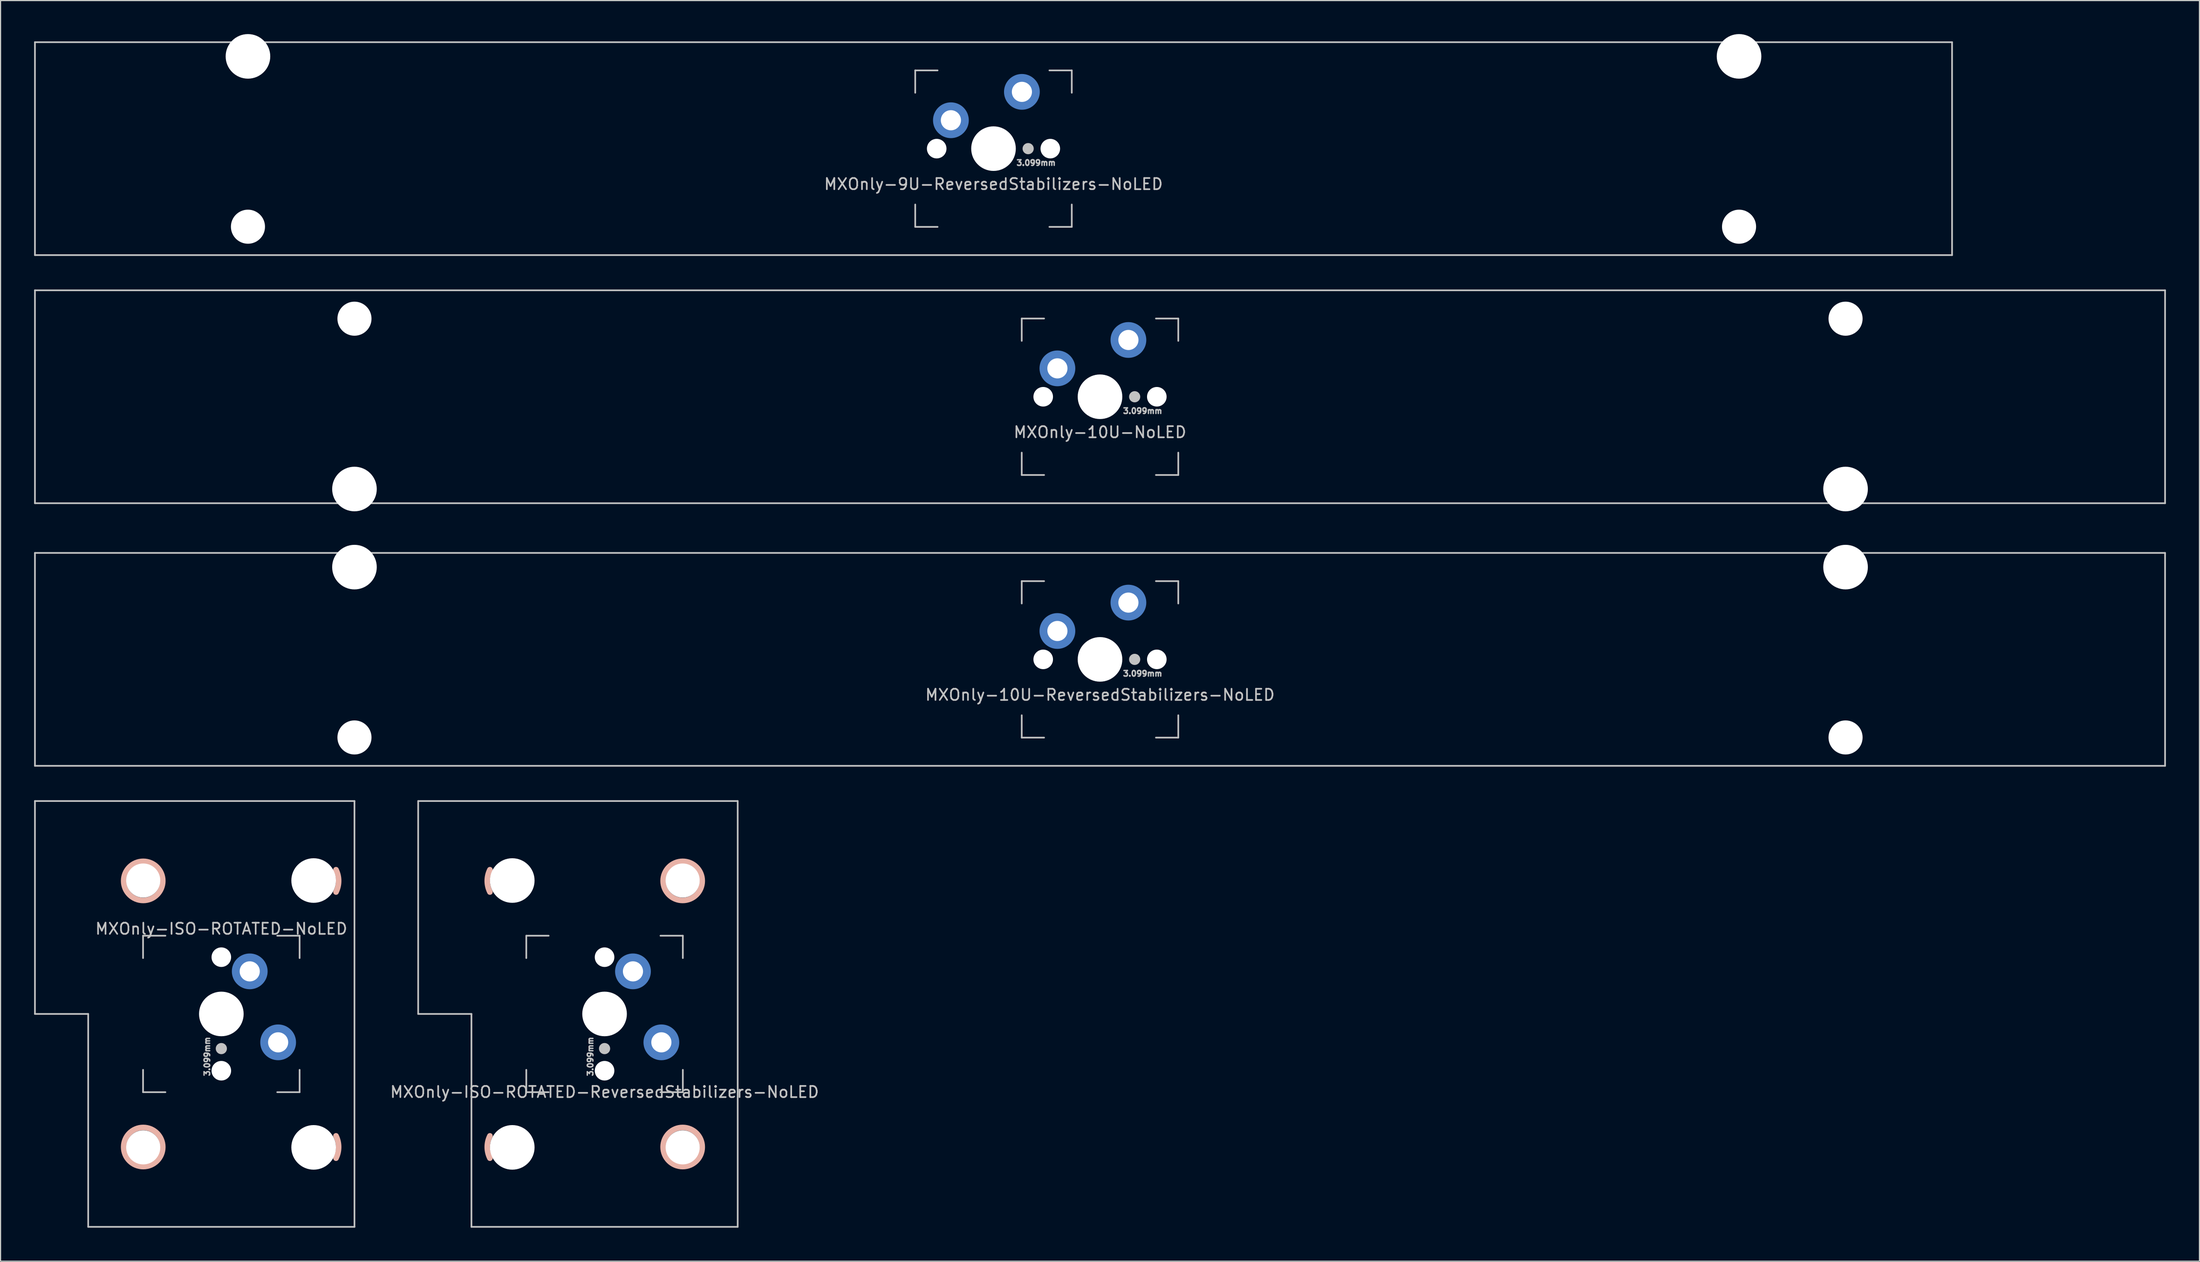
<source format=kicad_pcb>
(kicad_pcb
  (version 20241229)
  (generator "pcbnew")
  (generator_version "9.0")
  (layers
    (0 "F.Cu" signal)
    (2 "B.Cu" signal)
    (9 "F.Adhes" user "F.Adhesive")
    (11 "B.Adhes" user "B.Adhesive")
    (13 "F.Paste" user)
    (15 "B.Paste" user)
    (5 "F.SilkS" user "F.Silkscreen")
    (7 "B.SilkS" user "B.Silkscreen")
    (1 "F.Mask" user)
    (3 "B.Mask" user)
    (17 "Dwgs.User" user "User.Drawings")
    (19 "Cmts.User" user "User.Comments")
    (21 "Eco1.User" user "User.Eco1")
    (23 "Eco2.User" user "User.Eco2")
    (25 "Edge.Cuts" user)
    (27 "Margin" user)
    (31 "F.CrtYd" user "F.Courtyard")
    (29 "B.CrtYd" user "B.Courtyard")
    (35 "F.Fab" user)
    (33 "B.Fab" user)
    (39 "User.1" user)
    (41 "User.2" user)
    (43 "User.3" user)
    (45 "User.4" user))
  (footprint "MXOnly-10U-NoLED"
    (layer "F.Cu")
    (at 95.325 32.449)
    (property "Reference" "MXOnly-10U-NoLED" (at 0 3.175 0) (layer "Dwgs.User") (effects (font (size 1 1) (thickness 0.15))))
    (attr through_hole)
    (fp_line (start -95.25 -9.525) (end 95.25 -9.525) (stroke (width 0.15) (type solid)) (layer "Dwgs.User"))
    (fp_line (start -95.25 9.525) (end -95.25 -9.525) (stroke (width 0.15) (type solid)) (layer "Dwgs.User"))
    (fp_line (start -95.25 9.525) (end 95.25 9.525) (stroke (width 0.15) (type solid)) (layer "Dwgs.User"))
    (fp_line (start -7 -7) (end -7 -5) (stroke (width 0.15) (type solid)) (layer "Dwgs.User"))
    (fp_line (start -7 5) (end -7 7) (stroke (width 0.15) (type solid)) (layer "Dwgs.User"))
    (fp_line (start -7 7) (end -5 7) (stroke (width 0.15) (type solid)) (layer "Dwgs.User"))
    (fp_line (start -5 -7) (end -7 -7) (stroke (width 0.15) (type solid)) (layer "Dwgs.User"))
    (fp_line (start 5 -7) (end 7 -7) (stroke (width 0.15) (type solid)) (layer "Dwgs.User"))
    (fp_line (start 5 7) (end 7 7) (stroke (width 0.15) (type solid)) (layer "Dwgs.User"))
    (fp_line (start 7 -7) (end 7 -5) (stroke (width 0.15) (type solid)) (layer "Dwgs.User"))
    (fp_line (start 7 7) (end 7 5) (stroke (width 0.15) (type solid)) (layer "Dwgs.User"))
    (fp_line (start 95.25 -9.525) (end 95.25 9.525) (stroke (width 0.15) (type solid)) (layer "Dwgs.User"))
    (fp_text user "3.099mm" (at 3.81 1.27 0) (layer "Dwgs.User") (effects (font (size 0.5 0.5) (thickness 0.125))))
    (pad "" np_thru_hole circle (at -66.675 -6.985) (size 3.048 3.048) (drill 3.048) (layers "*.Cu" "*.Mask"))
    (pad "" np_thru_hole circle (at -66.675 8.255) (size 3.988 3.988) (drill 3.988) (layers "*.Cu" "*.Mask"))
    (pad "" np_thru_hole circle (at -5.08 0 48.1) (size 1.75 1.75) (drill 1.75) (layers "*.Cu" "*.Mask"))
    (pad "" smd circle (at -3.81 -2.54) (size 2.8 2.8) (layers "B.Mask"))
    (pad "" np_thru_hole circle (at 0 0) (size 3.988 3.988) (drill 3.988) (layers "*.Cu" "*.Mask"))
    (pad "" smd circle (at 2.54 -5.08) (size 2.8 2.8) (layers "B.Mask"))
    (pad "" smd circle (at 3.099 0) (size 1 1) (layers "Dwgs.User"))
    (pad "" np_thru_hole circle (at 5.08 0 48.1) (size 1.75 1.75) (drill 1.75) (layers "*.Cu" "*.Mask"))
    (pad "" np_thru_hole circle (at 66.675 -6.985) (size 3.048 3.048) (drill 3.048) (layers "*.Cu" "*.Mask"))
    (pad "" np_thru_hole circle (at 66.675 8.255) (size 3.988 3.988) (drill 3.988) (layers "*.Cu" "*.Mask"))
    (pad "1" thru_hole circle (at -3.81 -2.54) (size 2.4 2.4) (drill 1.8) (layers "*.Cu"))
    (pad "1" connect circle (at -3.81 -2.54) (size 3.2 3.2) (layers "B.Cu"))
    (pad "2" thru_hole circle (at 2.54 -5.08) (size 2.4 2.4) (drill 1.8) (layers "*.Cu"))
    (pad "2" connect circle (at 2.54 -5.08) (size 3.2 3.2) (layers "B.Cu")))
  (footprint "MXOnly-ISO-ROTATED-ReversedStabilizers-NoLED"
    (layer "F.Cu")
    (at 51.017 87.672)
    (property "Reference" "MXOnly-ISO-ROTATED-ReversedStabilizers-NoLED" (at 0 6.985 0) (layer "Dwgs.User") (effects (font (size 1 1) (thickness 0.15))))
    (attr through_hole)
    (fp_arc (start -10.255 -10.90625) (mid -10.491068 -11.905663) (end -10.255525 -12.905199) (stroke (width 0.5) (type solid)) (layer "B.SilkS"))
    (fp_arc (start -10.255 12.90625) (mid -10.491068 11.906837) (end -10.255525 10.907301) (stroke (width 0.5) (type solid)) (layer "B.SilkS"))
    (fp_circle (center 6.985 -11.906) (end 6.985 -10.156) (stroke (width 0.5) (type solid)) (fill no) (layer "B.SilkS"))
    (fp_circle (center 6.985 11.906) (end 6.985 13.656) (stroke (width 0.5) (type solid)) (fill no) (layer "B.SilkS"))
    (fp_line (start -16.669 -19.05) (end -16.669 0) (stroke (width 0.15) (type solid)) (layer "Dwgs.User"))
    (fp_line (start -16.669 -19.05) (end 11.906 -19.05) (stroke (width 0.15) (type solid)) (layer "Dwgs.User"))
    (fp_line (start -11.906 0) (end -16.669 0) (stroke (width 0.15) (type solid)) (layer "Dwgs.User"))
    (fp_line (start -11.906 19.05) (end -11.906 0) (stroke (width 0.15) (type solid)) (layer "Dwgs.User"))
    (fp_line (start -11.906 19.05) (end 11.906 19.05) (stroke (width 0.15) (type solid)) (layer "Dwgs.User"))
    (fp_line (start -7 -7) (end -7 -5) (stroke (width 0.15) (type solid)) (layer "Dwgs.User"))
    (fp_line (start -7 5) (end -7 7) (stroke (width 0.15) (type solid)) (layer "Dwgs.User"))
    (fp_line (start -7 7) (end -5 7) (stroke (width 0.15) (type solid)) (layer "Dwgs.User"))
    (fp_line (start -5 -7) (end -7 -7) (stroke (width 0.15) (type solid)) (layer "Dwgs.User"))
    (fp_line (start 7 -7) (end 5 -7) (stroke (width 0.15) (type solid)) (layer "Dwgs.User"))
    (fp_line (start 7 -5) (end 7 -7) (stroke (width 0.15) (type solid)) (layer "Dwgs.User"))
    (fp_line (start 7 5) (end 7 7) (stroke (width 0.15) (type solid)) (layer "Dwgs.User"))
    (fp_line (start 7 7) (end 5 7) (stroke (width 0.15) (type solid)) (layer "Dwgs.User"))
    (fp_line (start 11.906 -19.05) (end 11.906 19.05) (stroke (width 0.15) (type solid)) (layer "Dwgs.User"))
    (fp_text user "3.099mm" (at -1.27 3.81 270) (layer "Dwgs.User") (effects (font (size 0.5 0.5) (thickness 0.125))))
    (pad "" np_thru_hole circle (at -8.255 -11.938) (size 3.988 3.988) (drill 3.988) (layers "*.Cu" "*.Mask"))
    (pad "" np_thru_hole circle (at -8.255 11.938) (size 3.988 3.988) (drill 3.988) (layers "*.Cu" "*.Mask"))
    (pad "" np_thru_hole circle (at 0 -5.08 318.1) (size 1.75 1.75) (drill 1.75) (layers "*.Cu" "*.Mask"))
    (pad "" np_thru_hole circle (at 0 0 270) (size 3.988 3.988) (drill 3.988) (layers "*.Cu" "*.Mask"))
    (pad "" smd circle (at 0 3.099 270) (size 1 1) (layers "Dwgs.User"))
    (pad "" np_thru_hole circle (at 0 5.08 318.1) (size 1.75 1.75) (drill 1.75) (layers "*.Cu" "*.Mask"))
    (pad "" smd circle (at 2.54 -3.81 270) (size 2.8 2.8) (layers "B.Mask"))
    (pad "" smd circle (at 5.08 2.54 270) (size 2.8 2.8) (layers "B.Mask"))
    (pad "" np_thru_hole circle (at 6.985 -11.938) (size 3.048 3.048) (drill 3.048) (layers "*.Cu" "*.Mask"))
    (pad "" np_thru_hole circle (at 6.985 11.938) (size 3.048 3.048) (drill 3.048) (layers "*.Cu" "*.Mask"))
    (pad "1" thru_hole circle (at 2.54 -3.81 270) (size 2.4 2.4) (drill 1.8) (layers "*.Cu"))
    (pad "1" connect circle (at 2.54 -3.81 270) (size 3.2 3.2) (layers "B.Cu"))
    (pad "2" thru_hole circle (at 5.08 2.54 270) (size 2.4 2.4) (drill 1.8) (layers "*.Cu"))
    (pad "2" connect circle (at 5.08 2.54 270) (size 3.2 3.2) (layers "B.Cu")))
  (footprint "MXOnly-ISO-ROTATED-NoLED"
    (layer "F.Cu")
    (at 16.744 87.672)
    (property "Reference" "MXOnly-ISO-ROTATED-NoLED" (at 0 -7.62 180) (layer "Dwgs.User") (effects (font (size 1 1) (thickness 0.15))))
    (attr through_hole)
    (fp_arc (start 10.255 -12.90625) (mid 10.491068 -11.906837) (end 10.255525 -10.907301) (stroke (width 0.5) (type solid)) (layer "B.SilkS"))
    (fp_arc (start 10.255 10.90625) (mid 10.491068 11.905663) (end 10.255525 12.905199) (stroke (width 0.5) (type solid)) (layer "B.SilkS"))
    (fp_circle (center -6.985 -11.906) (end -6.985 -13.656) (stroke (width 0.5) (type solid)) (fill no) (layer "B.SilkS"))
    (fp_circle (center -6.985 11.906) (end -6.985 10.156) (stroke (width 0.5) (type solid)) (fill no) (layer "B.SilkS"))
    (fp_line (start -16.669 -19.05) (end -16.669 0) (stroke (width 0.15) (type solid)) (layer "Dwgs.User"))
    (fp_line (start -16.669 -19.05) (end 11.906 -19.05) (stroke (width 0.15) (type solid)) (layer "Dwgs.User"))
    (fp_line (start -11.906 0) (end -16.669 0) (stroke (width 0.15) (type solid)) (layer "Dwgs.User"))
    (fp_line (start -11.906 19.05) (end -11.906 0) (stroke (width 0.15) (type solid)) (layer "Dwgs.User"))
    (fp_line (start -11.906 19.05) (end 11.906 19.05) (stroke (width 0.15) (type solid)) (layer "Dwgs.User"))
    (fp_line (start -7 -7) (end -7 -5) (stroke (width 0.15) (type solid)) (layer "Dwgs.User"))
    (fp_line (start -7 5) (end -7 7) (stroke (width 0.15) (type solid)) (layer "Dwgs.User"))
    (fp_line (start -7 7) (end -5 7) (stroke (width 0.15) (type solid)) (layer "Dwgs.User"))
    (fp_line (start -5 -7) (end -7 -7) (stroke (width 0.15) (type solid)) (layer "Dwgs.User"))
    (fp_line (start 7 -7) (end 5 -7) (stroke (width 0.15) (type solid)) (layer "Dwgs.User"))
    (fp_line (start 7 -5) (end 7 -7) (stroke (width 0.15) (type solid)) (layer "Dwgs.User"))
    (fp_line (start 7 5) (end 7 7) (stroke (width 0.15) (type solid)) (layer "Dwgs.User"))
    (fp_line (start 7 7) (end 5 7) (stroke (width 0.15) (type solid)) (layer "Dwgs.User"))
    (fp_line (start 11.906 -19.05) (end 11.906 19.05) (stroke (width 0.15) (type solid)) (layer "Dwgs.User"))
    (fp_text user "3.099mm" (at -1.27 3.81 270) (layer "Dwgs.User") (effects (font (size 0.5 0.5) (thickness 0.125))))
    (pad "" np_thru_hole circle (at -6.985 -11.938 180) (size 3.048 3.048) (drill 3.048) (layers "*.Cu" "*.Mask"))
    (pad "" np_thru_hole circle (at -6.985 11.938 180) (size 3.048 3.048) (drill 3.048) (layers "*.Cu" "*.Mask"))
    (pad "" np_thru_hole circle (at 0 -5.08 318.1) (size 1.75 1.75) (drill 1.75) (layers "*.Cu" "*.Mask"))
    (pad "" np_thru_hole circle (at 0 0 270) (size 3.988 3.988) (drill 3.988) (layers "*.Cu" "*.Mask"))
    (pad "" smd circle (at 0 3.099 270) (size 1 1) (layers "Dwgs.User"))
    (pad "" np_thru_hole circle (at 0 5.08 318.1) (size 1.75 1.75) (drill 1.75) (layers "*.Cu" "*.Mask"))
    (pad "" smd circle (at 2.54 -3.81 270) (size 2.8 2.8) (layers "B.Mask"))
    (pad "" smd circle (at 5.08 2.54 270) (size 2.8 2.8) (layers "B.Mask"))
    (pad "" np_thru_hole circle (at 8.255 -11.938 180) (size 3.988 3.988) (drill 3.988) (layers "*.Cu" "*.Mask"))
    (pad "" np_thru_hole circle (at 8.255 11.938 180) (size 3.988 3.988) (drill 3.988) (layers "*.Cu" "*.Mask"))
    (pad "1" thru_hole circle (at 2.54 -3.81 270) (size 2.4 2.4) (drill 1.8) (layers "*.Cu"))
    (pad "1" connect circle (at 2.54 -3.81 270) (size 3.2 3.2) (layers "B.Cu"))
    (pad "2" thru_hole circle (at 5.08 2.54 270) (size 2.4 2.4) (drill 1.8) (layers "*.Cu"))
    (pad "2" connect circle (at 5.08 2.54 270) (size 3.2 3.2) (layers "B.Cu")))
  (footprint "MXOnly-10U-ReversedStabilizers-NoLED"
    (layer "F.Cu")
    (at 95.325 55.947)
    (property "Reference" "MXOnly-10U-ReversedStabilizers-NoLED" (at 0 3.175 0) (layer "Dwgs.User") (effects (font (size 1 1) (thickness 0.15))))
    (attr through_hole)
    (fp_line (start -95.25 -9.525) (end 95.25 -9.525) (stroke (width 0.15) (type solid)) (layer "Dwgs.User"))
    (fp_line (start -95.25 9.525) (end -95.25 -9.525) (stroke (width 0.15) (type solid)) (layer "Dwgs.User"))
    (fp_line (start -95.25 9.525) (end 95.25 9.525) (stroke (width 0.15) (type solid)) (layer "Dwgs.User"))
    (fp_line (start -7 -7) (end -7 -5) (stroke (width 0.15) (type solid)) (layer "Dwgs.User"))
    (fp_line (start -7 5) (end -7 7) (stroke (width 0.15) (type solid)) (layer "Dwgs.User"))
    (fp_line (start -7 7) (end -5 7) (stroke (width 0.15) (type solid)) (layer "Dwgs.User"))
    (fp_line (start -5 -7) (end -7 -7) (stroke (width 0.15) (type solid)) (layer "Dwgs.User"))
    (fp_line (start 5 -7) (end 7 -7) (stroke (width 0.15) (type solid)) (layer "Dwgs.User"))
    (fp_line (start 5 7) (end 7 7) (stroke (width 0.15) (type solid)) (layer "Dwgs.User"))
    (fp_line (start 7 -7) (end 7 -5) (stroke (width 0.15) (type solid)) (layer "Dwgs.User"))
    (fp_line (start 7 7) (end 7 5) (stroke (width 0.15) (type solid)) (layer "Dwgs.User"))
    (fp_line (start 95.25 -9.525) (end 95.25 9.525) (stroke (width 0.15) (type solid)) (layer "Dwgs.User"))
    (fp_text user "3.099mm" (at 3.81 1.27 0) (layer "Dwgs.User") (effects (font (size 0.5 0.5) (thickness 0.125))))
    (pad "" np_thru_hole circle (at -66.675 -8.255) (size 3.988 3.988) (drill 3.988) (layers "*.Cu" "*.Mask"))
    (pad "" np_thru_hole circle (at -66.675 6.985) (size 3.048 3.048) (drill 3.048) (layers "*.Cu" "*.Mask"))
    (pad "" np_thru_hole circle (at -5.08 0 48.1) (size 1.75 1.75) (drill 1.75) (layers "*.Cu" "*.Mask"))
    (pad "" smd circle (at -3.81 -2.54) (size 2.8 2.8) (layers "B.Mask"))
    (pad "" np_thru_hole circle (at 0 0) (size 3.988 3.988) (drill 3.988) (layers "*.Cu" "*.Mask"))
    (pad "" smd circle (at 2.54 -5.08) (size 2.8 2.8) (layers "B.Mask"))
    (pad "" smd circle (at 3.099 0) (size 1 1) (layers "Dwgs.User"))
    (pad "" np_thru_hole circle (at 5.08 0 48.1) (size 1.75 1.75) (drill 1.75) (layers "*.Cu" "*.Mask"))
    (pad "" np_thru_hole circle (at 66.675 -8.255) (size 3.988 3.988) (drill 3.988) (layers "*.Cu" "*.Mask"))
    (pad "" np_thru_hole circle (at 66.675 6.985) (size 3.048 3.048) (drill 3.048) (layers "*.Cu" "*.Mask"))
    (pad "1" thru_hole circle (at -3.81 -2.54) (size 2.4 2.4) (drill 1.8) (layers "*.Cu"))
    (pad "1" connect circle (at -3.81 -2.54) (size 3.2 3.2) (layers "B.Cu"))
    (pad "2" thru_hole circle (at 2.54 -5.08) (size 2.4 2.4) (drill 1.8) (layers "*.Cu"))
    (pad "2" connect circle (at 2.54 -5.08) (size 3.2 3.2) (layers "B.Cu")))
  (footprint "MXOnly-9U-ReversedStabilizers-NoLED"
    (layer "F.Cu")
    (at 85.8 10.249)
    (property "Reference" "MXOnly-9U-ReversedStabilizers-NoLED" (at 0 3.175 0) (layer "Dwgs.User") (effects (font (size 1 1) (thickness 0.15))))
    (attr through_hole)
    (fp_line (start -85.725 -9.525) (end 85.725 -9.525) (stroke (width 0.15) (type solid)) (layer "Dwgs.User"))
    (fp_line (start -85.725 9.525) (end -85.725 -9.525) (stroke (width 0.15) (type solid)) (layer "Dwgs.User"))
    (fp_line (start -85.725 9.525) (end 85.725 9.525) (stroke (width 0.15) (type solid)) (layer "Dwgs.User"))
    (fp_line (start -7 -7) (end -7 -5) (stroke (width 0.15) (type solid)) (layer "Dwgs.User"))
    (fp_line (start -7 5) (end -7 7) (stroke (width 0.15) (type solid)) (layer "Dwgs.User"))
    (fp_line (start -7 7) (end -5 7) (stroke (width 0.15) (type solid)) (layer "Dwgs.User"))
    (fp_line (start -5 -7) (end -7 -7) (stroke (width 0.15) (type solid)) (layer "Dwgs.User"))
    (fp_line (start 5 -7) (end 7 -7) (stroke (width 0.15) (type solid)) (layer "Dwgs.User"))
    (fp_line (start 5 7) (end 7 7) (stroke (width 0.15) (type solid)) (layer "Dwgs.User"))
    (fp_line (start 7 -7) (end 7 -5) (stroke (width 0.15) (type solid)) (layer "Dwgs.User"))
    (fp_line (start 7 7) (end 7 5) (stroke (width 0.15) (type solid)) (layer "Dwgs.User"))
    (fp_line (start 85.725 -9.525) (end 85.725 9.525) (stroke (width 0.15) (type solid)) (layer "Dwgs.User"))
    (fp_text user "3.099mm" (at 3.81 1.27 0) (layer "Dwgs.User") (effects (font (size 0.5 0.5) (thickness 0.125))))
    (pad "" np_thru_hole circle (at -66.675 -8.255) (size 3.988 3.988) (drill 3.988) (layers "*.Cu" "*.Mask"))
    (pad "" np_thru_hole circle (at -66.675 6.985) (size 3.048 3.048) (drill 3.048) (layers "*.Cu" "*.Mask"))
    (pad "" np_thru_hole circle (at -5.08 0 48.1) (size 1.75 1.75) (drill 1.75) (layers "*.Cu" "*.Mask"))
    (pad "" smd circle (at -3.81 -2.54) (size 2.8 2.8) (layers "B.Mask"))
    (pad "" np_thru_hole circle (at 0 0) (size 3.988 3.988) (drill 3.988) (layers "*.Cu" "*.Mask"))
    (pad "" smd circle (at 2.54 -5.08) (size 2.8 2.8) (layers "B.Mask"))
    (pad "" smd circle (at 3.099 0) (size 1 1) (layers "Dwgs.User"))
    (pad "" np_thru_hole circle (at 5.08 0 48.1) (size 1.75 1.75) (drill 1.75) (layers "*.Cu" "*.Mask"))
    (pad "" np_thru_hole circle (at 66.675 -8.255) (size 3.988 3.988) (drill 3.988) (layers "*.Cu" "*.Mask"))
    (pad "" np_thru_hole circle (at 66.675 6.985) (size 3.048 3.048) (drill 3.048) (layers "*.Cu" "*.Mask"))
    (pad "1" thru_hole circle (at -3.81 -2.54) (size 2.4 2.4) (drill 1.8) (layers "*.Cu"))
    (pad "1" connect circle (at -3.81 -2.54) (size 3.2 3.2) (layers "B.Cu"))
    (pad "2" thru_hole circle (at 2.54 -5.08) (size 2.4 2.4) (drill 1.8) (layers "*.Cu"))
    (pad "2" connect circle (at 2.54 -5.08) (size 3.2 3.2) (layers "B.Cu")))
  (gr_rect
    (start -3 -3)
    (end 193.65 109.797)
    (stroke (width 0.1) (type default))
    (fill no)
    (layer "Edge.Cuts")))
</source>
